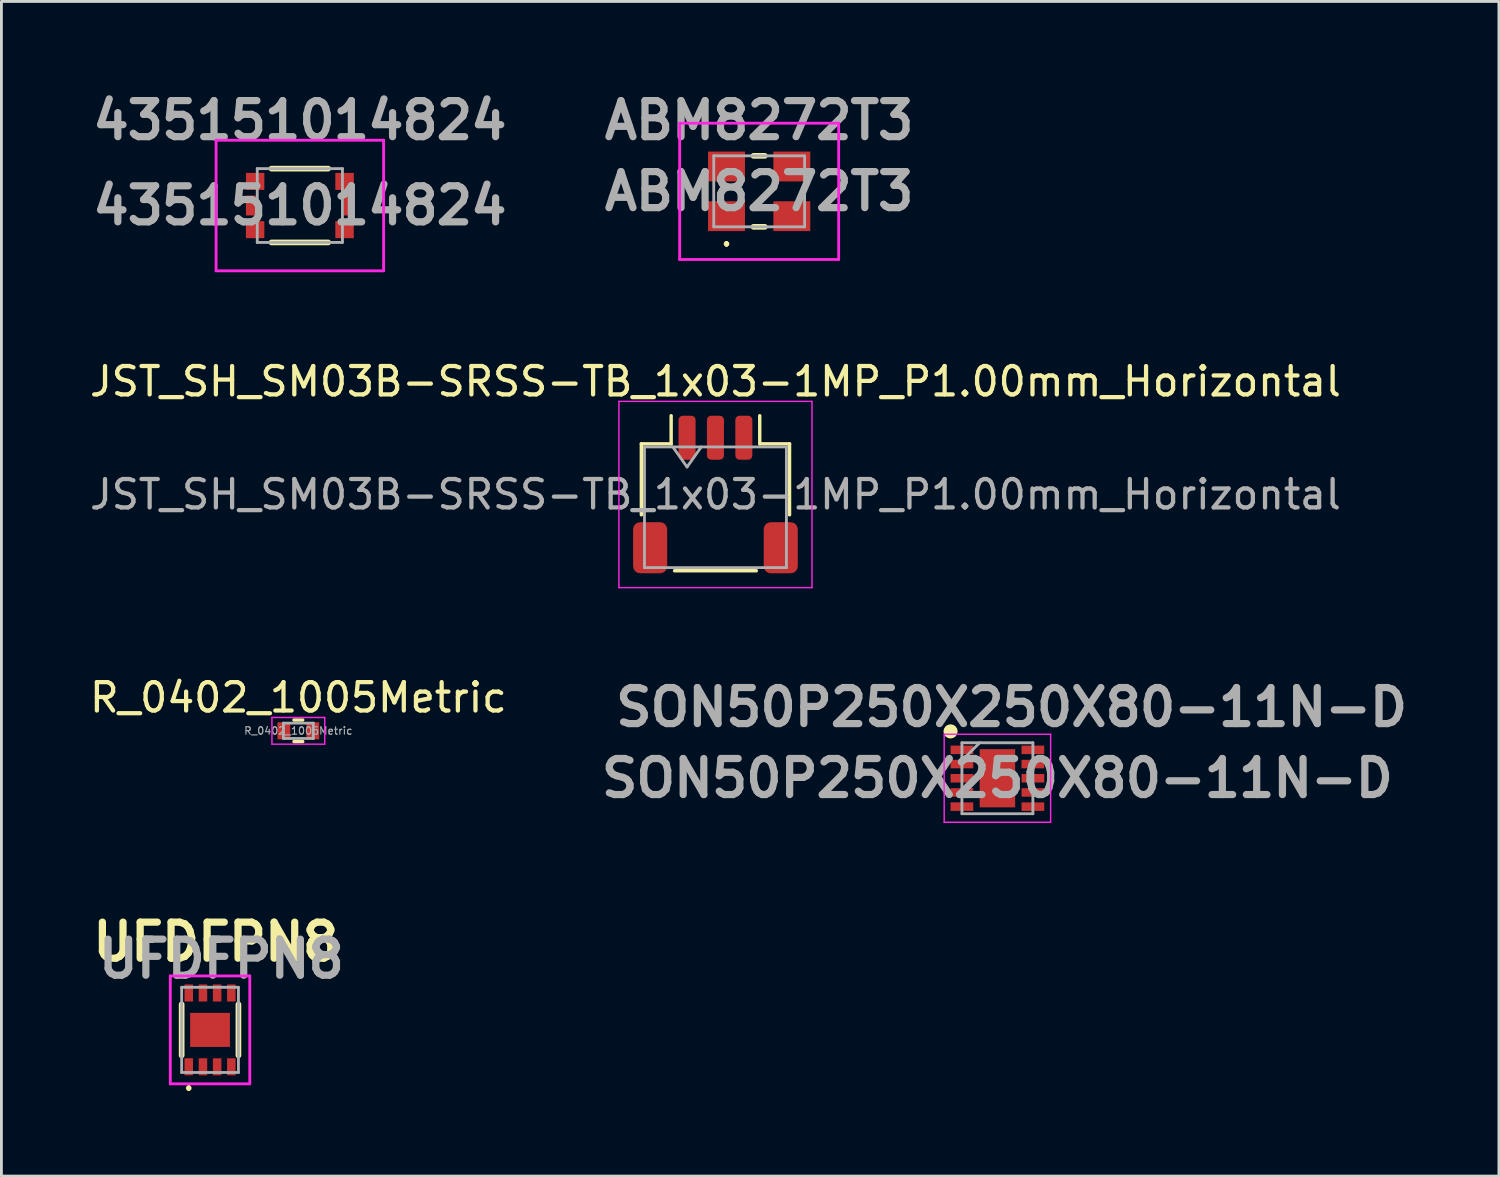
<source format=kicad_pcb>
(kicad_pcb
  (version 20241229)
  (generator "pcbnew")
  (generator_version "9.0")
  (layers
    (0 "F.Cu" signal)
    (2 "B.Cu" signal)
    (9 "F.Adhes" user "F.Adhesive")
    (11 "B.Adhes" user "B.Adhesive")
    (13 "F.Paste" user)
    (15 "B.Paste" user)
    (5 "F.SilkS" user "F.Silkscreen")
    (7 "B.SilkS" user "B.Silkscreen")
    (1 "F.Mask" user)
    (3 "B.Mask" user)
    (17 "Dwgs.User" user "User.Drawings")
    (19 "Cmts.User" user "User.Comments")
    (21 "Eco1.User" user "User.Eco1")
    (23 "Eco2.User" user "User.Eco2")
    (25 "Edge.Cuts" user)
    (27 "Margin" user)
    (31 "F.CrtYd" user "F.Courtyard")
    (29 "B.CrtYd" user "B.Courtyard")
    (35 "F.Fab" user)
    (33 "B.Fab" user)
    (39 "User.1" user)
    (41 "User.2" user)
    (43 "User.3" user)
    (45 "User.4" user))
  (footprint "435151014824"
    (layer "F.Cu")
    (at 7.511 4.189)
    (property "Reference" "435151014824" (at 0 -3 0) (layer "F.Fab") (effects (font (size 1.27 1.27) (thickness 0.254))))
    (attr smd)
    (fp_line (start -1 -1.3) (end 1 -1.3) (stroke (width 0.2) (type solid)) (layer "F.SilkS"))
    (fp_line (start -1 1.3) (end 1 1.3) (stroke (width 0.2) (type solid)) (layer "F.SilkS"))
    (fp_line (start -2.95 -2.3) (end 2.95 -2.3) (stroke (width 0.1) (type solid)) (layer "F.CrtYd"))
    (fp_line (start -2.95 2.3) (end -2.95 -2.3) (stroke (width 0.1) (type solid)) (layer "F.CrtYd"))
    (fp_line (start 2.95 -2.3) (end 2.95 2.3) (stroke (width 0.1) (type solid)) (layer "F.CrtYd"))
    (fp_line (start 2.95 2.3) (end -2.95 2.3) (stroke (width 0.1) (type solid)) (layer "F.CrtYd"))
    (fp_line (start -1.5 -1.3) (end 1.5 -1.3) (stroke (width 0.1) (type solid)) (layer "F.Fab"))
    (fp_line (start -1.5 1.3) (end -1.5 -1.3) (stroke (width 0.1) (type solid)) (layer "F.Fab"))
    (fp_line (start 1.5 -1.3) (end 1.5 1.3) (stroke (width 0.1) (type solid)) (layer "F.Fab"))
    (fp_line (start 1.5 1.3) (end -1.5 1.3) (stroke (width 0.1) (type solid)) (layer "F.Fab"))
    (fp_text user "${REFERENCE}" (at 0 0 0) (layer "F.Fab") (effects (font (size 1.27 1.27) (thickness 0.254))))
    (pad "1" smd rect (at -1.575 -0.85 90) (size 0.6 0.65) (layers "F.Cu" "F.Mask" "F.Paste"))
    (pad "1" smd rect (at 1.575 -0.85 90) (size 0.6 0.65) (layers "F.Cu" "F.Mask" "F.Paste"))
    (pad "2" smd rect (at -1.575 0.85 90) (size 0.6 0.65) (layers "F.Cu" "F.Mask" "F.Paste"))
    (pad "2" smd rect (at 1.575 0.85 90) (size 0.6 0.65) (layers "F.Cu" "F.Mask" "F.Paste"))
    (pad "3" smd rect (at -1.725 0) (size 0.35 0.7) (layers "F.Cu" "F.Mask" "F.Paste"))
    (pad "3" smd rect (at 1.725 0) (size 0.35 0.7) (layers "F.Cu" "F.Mask" "F.Paste")))
  (footprint "UFDFPN8"
    (layer "F.Cu")
    (at 4.348 33.224)
    (property "Reference" "UFDFPN8" (at 0.2 -3.1 0) (layer "F.SilkS") (effects (font (size 1.27 1.27) (thickness 0.254))))
    (attr smd)
    (fp_line (start -1 -0.9) (end -1 0.9) (stroke (width 0.2) (type solid)) (layer "F.SilkS"))
    (fp_line (start -0.75 2) (end -0.75 2) (stroke (width 0.1) (type solid)) (layer "F.SilkS"))
    (fp_line (start -0.75 2.1) (end -0.75 2.1) (stroke (width 0.1) (type solid)) (layer "F.SilkS"))
    (fp_line (start 1 -0.9) (end 1 0.9) (stroke (width 0.2) (type solid)) (layer "F.SilkS"))
    (fp_arc (start -0.75 2) (mid -0.7 2.05) (end -0.75 2.1) (stroke (width 0.1) (type solid)) (layer "F.SilkS"))
    (fp_arc (start -0.75 2.1) (mid -0.8 2.05) (end -0.75 2) (stroke (width 0.1) (type solid)) (layer "F.SilkS"))
    (fp_line (start -1.4 -1.9) (end 1.4 -1.9) (stroke (width 0.1) (type solid)) (layer "F.CrtYd"))
    (fp_line (start -1.4 1.9) (end -1.4 -1.9) (stroke (width 0.1) (type solid)) (layer "F.CrtYd"))
    (fp_line (start 1.4 -1.9) (end 1.4 1.9) (stroke (width 0.1) (type solid)) (layer "F.CrtYd"))
    (fp_line (start 1.4 1.9) (end -1.4 1.9) (stroke (width 0.1) (type solid)) (layer "F.CrtYd"))
    (fp_line (start -1 -1.5) (end 1 -1.5) (stroke (width 0.1) (type solid)) (layer "F.Fab"))
    (fp_line (start -1 1.5) (end -1 -1.5) (stroke (width 0.1) (type solid)) (layer "F.Fab"))
    (fp_line (start 1 -1.5) (end 1 1.5) (stroke (width 0.1) (type solid)) (layer "F.Fab"))
    (fp_line (start 1 1.5) (end -1 1.5) (stroke (width 0.1) (type solid)) (layer "F.Fab"))
    (fp_text user "${REFERENCE}" (at 0.4 -2.5 0) (layer "F.Fab") (effects (font (size 1.27 1.27) (thickness 0.254))))
    (pad "1" smd rect (at -0.75 1.3) (size 0.3 0.6) (layers "F.Cu" "F.Mask" "F.Paste"))
    (pad "2" smd rect (at -0.25 1.3) (size 0.3 0.6) (layers "F.Cu" "F.Mask" "F.Paste"))
    (pad "3" smd rect (at 0.25 1.3) (size 0.3 0.6) (layers "F.Cu" "F.Mask" "F.Paste"))
    (pad "4" smd rect (at 0.75 1.3) (size 0.3 0.6) (layers "F.Cu" "F.Mask" "F.Paste"))
    (pad "5" smd rect (at 0.75 -1.3) (size 0.3 0.6) (layers "F.Cu" "F.Mask" "F.Paste"))
    (pad "6" smd rect (at 0.25 -1.3) (size 0.3 0.6) (layers "F.Cu" "F.Mask" "F.Paste"))
    (pad "7" smd rect (at -0.25 -1.3) (size 0.3 0.6) (layers "F.Cu" "F.Mask" "F.Paste"))
    (pad "8" smd rect (at -0.75 -1.3) (size 0.3 0.6) (layers "F.Cu" "F.Mask" "F.Paste"))
    (pad "9" smd rect (at 0 0 90) (size 1.2 1.4) (layers "F.Cu" "F.Mask" "F.Paste")))
  (footprint "JST_SH_SM03B-SRSS-TB_1x03-1MP_P1.00mm_Horizontal"
    (layer "F.Cu")
    (at 22.149 14.367)
    (property "Reference" "JST_SH_SM03B-SRSS-TB_1x03-1MP_P1.00mm_Horizontal" (at 0 -3.98 0) (layer "F.SilkS") (effects (font (size 1 1) (thickness 0.15))))
    (attr smd)
    (fp_line (start -2.61 -1.785) (end -1.56 -1.785) (stroke (width 0.12) (type solid)) (layer "F.SilkS"))
    (fp_line (start -2.61 0.715) (end -2.61 -1.785) (stroke (width 0.12) (type solid)) (layer "F.SilkS"))
    (fp_line (start -1.56 -1.785) (end -1.56 -2.775) (stroke (width 0.12) (type solid)) (layer "F.SilkS"))
    (fp_line (start -1.44 2.685) (end 1.44 2.685) (stroke (width 0.12) (type solid)) (layer "F.SilkS"))
    (fp_line (start 1.56 -1.785) (end 1.56 -2.775) (stroke (width 0.12) (type solid)) (layer "F.SilkS"))
    (fp_line (start 2.61 -1.785) (end 1.56 -1.785) (stroke (width 0.12) (type solid)) (layer "F.SilkS"))
    (fp_line (start 2.61 0.715) (end 2.61 -1.785) (stroke (width 0.12) (type solid)) (layer "F.SilkS"))
    (fp_line (start -3.4 -3.28) (end -3.4 3.28) (stroke (width 0.05) (type solid)) (layer "F.CrtYd"))
    (fp_line (start -3.4 3.28) (end 3.4 3.28) (stroke (width 0.05) (type solid)) (layer "F.CrtYd"))
    (fp_line (start 3.4 -3.28) (end -3.4 -3.28) (stroke (width 0.05) (type solid)) (layer "F.CrtYd"))
    (fp_line (start 3.4 3.28) (end 3.4 -3.28) (stroke (width 0.05) (type solid)) (layer "F.CrtYd"))
    (fp_line (start -2.5 -1.675) (end -2.5 2.575) (stroke (width 0.1) (type solid)) (layer "F.Fab"))
    (fp_line (start -2.5 -1.675) (end 2.5 -1.675) (stroke (width 0.1) (type solid)) (layer "F.Fab"))
    (fp_line (start -2.5 2.575) (end 2.5 2.575) (stroke (width 0.1) (type solid)) (layer "F.Fab"))
    (fp_line (start -1.5 -1.675) (end -1 -0.968) (stroke (width 0.1) (type solid)) (layer "F.Fab"))
    (fp_line (start -1 -0.968) (end -0.5 -1.675) (stroke (width 0.1) (type solid)) (layer "F.Fab"))
    (fp_line (start 2.5 -1.675) (end 2.5 2.575) (stroke (width 0.1) (type solid)) (layer "F.Fab"))
    (fp_text user "${REFERENCE}" (at 0 0 0) (layer "F.Fab") (effects (font (size 1 1) (thickness 0.15))))
    (pad "1" smd roundrect (at -1 -2) (size 0.6 1.55) (layers "F.Cu" "F.Mask" "F.Paste") (roundrect_rratio 0.25))
    (pad "2" smd roundrect (at 0 -2) (size 0.6 1.55) (layers "F.Cu" "F.Mask" "F.Paste") (roundrect_rratio 0.25))
    (pad "3" smd roundrect (at 1 -2) (size 0.6 1.55) (layers "F.Cu" "F.Mask" "F.Paste") (roundrect_rratio 0.25))
    (pad "MP" smd roundrect (at -2.3 1.875) (size 1.2 1.8) (layers "F.Cu" "F.Mask" "F.Paste") (roundrect_rratio 0.208))
    (pad "MP" smd roundrect (at 2.3 1.875) (size 1.2 1.8) (layers "F.Cu" "F.Mask" "F.Paste") (roundrect_rratio 0.208)))
  (footprint "R_0402_1005Metric"
    (layer "F.Cu")
    (at 7.458 22.69)
    (property "Reference" "R_0402_1005Metric" (at 0 -1.17 0) (layer "F.SilkS") (effects (font (size 1 1) (thickness 0.15))))
    (attr smd)
    (fp_line (start -0.154 -0.38) (end 0.154 -0.38) (stroke (width 0.12) (type solid)) (layer "F.SilkS"))
    (fp_line (start -0.154 0.38) (end 0.154 0.38) (stroke (width 0.12) (type solid)) (layer "F.SilkS"))
    (fp_line (start -0.93 -0.47) (end 0.93 -0.47) (stroke (width 0.05) (type solid)) (layer "F.CrtYd"))
    (fp_line (start -0.93 0.47) (end -0.93 -0.47) (stroke (width 0.05) (type solid)) (layer "F.CrtYd"))
    (fp_line (start 0.93 -0.47) (end 0.93 0.47) (stroke (width 0.05) (type solid)) (layer "F.CrtYd"))
    (fp_line (start 0.93 0.47) (end -0.93 0.47) (stroke (width 0.05) (type solid)) (layer "F.CrtYd"))
    (fp_line (start -0.525 -0.27) (end 0.525 -0.27) (stroke (width 0.1) (type solid)) (layer "F.Fab"))
    (fp_line (start -0.525 0.27) (end -0.525 -0.27) (stroke (width 0.1) (type solid)) (layer "F.Fab"))
    (fp_line (start 0.525 -0.27) (end 0.525 0.27) (stroke (width 0.1) (type solid)) (layer "F.Fab"))
    (fp_line (start 0.525 0.27) (end -0.525 0.27) (stroke (width 0.1) (type solid)) (layer "F.Fab"))
    (fp_text user "${REFERENCE}" (at 0 0 0) (layer "F.Fab") (effects (font (size 0.26 0.26) (thickness 0.04))))
    (pad "1" smd rect (at -0.51 0) (size 0.45 0.6) (layers "F.Cu" "F.Mask" "F.Paste"))
    (pad "2" smd rect (at 0.51 0) (size 0.45 0.6) (layers "F.Cu" "F.Mask" "F.Paste")))
  (footprint "SON50P250X250X80-11N-D"
    (layer "F.Cu")
    (at 32.08 24.361)
    (property "Reference" "SON50P250X250X80-11N-D" (at 0.5 -2.5 0) (layer "F.Fab") (effects (font (size 1.27 1.27) (thickness 0.254))))
    (attr smd)
    (fp_circle (center -1.65 -1.65) (end -1.65 -1.525) (stroke (width 0.25) (type solid)) (fill no) (layer "F.SilkS"))
    (fp_line (start -1.875 -1.55) (end 1.875 -1.55) (stroke (width 0.05) (type solid)) (layer "F.CrtYd"))
    (fp_line (start -1.875 1.55) (end -1.875 -1.55) (stroke (width 0.05) (type solid)) (layer "F.CrtYd"))
    (fp_line (start 1.875 -1.55) (end 1.875 1.55) (stroke (width 0.05) (type solid)) (layer "F.CrtYd"))
    (fp_line (start 1.875 1.55) (end -1.875 1.55) (stroke (width 0.05) (type solid)) (layer "F.CrtYd"))
    (fp_line (start -1.25 -1.25) (end 1.25 -1.25) (stroke (width 0.1) (type solid)) (layer "F.Fab"))
    (fp_line (start -1.25 -0.625) (end -0.625 -1.25) (stroke (width 0.1) (type solid)) (layer "F.Fab"))
    (fp_line (start -1.25 1.25) (end -1.25 -1.25) (stroke (width 0.1) (type solid)) (layer "F.Fab"))
    (fp_line (start 1.25 -1.25) (end 1.25 1.25) (stroke (width 0.1) (type solid)) (layer "F.Fab"))
    (fp_line (start 1.25 1.25) (end -1.25 1.25) (stroke (width 0.1) (type solid)) (layer "F.Fab"))
    (fp_text user "${REFERENCE}" (at 0 0 0) (layer "F.Fab") (effects (font (size 1.27 1.27) (thickness 0.254))))
    (pad "1" smd rect (at -1.25 -1 90) (size 0.3 0.8) (layers "F.Cu" "F.Mask" "F.Paste"))
    (pad "2" smd rect (at -1.25 -0.5 90) (size 0.3 0.8) (layers "F.Cu" "F.Mask" "F.Paste"))
    (pad "3" smd rect (at -1.25 0 90) (size 0.3 0.8) (layers "F.Cu" "F.Mask" "F.Paste"))
    (pad "4" smd rect (at -1.25 0.5 90) (size 0.3 0.8) (layers "F.Cu" "F.Mask" "F.Paste"))
    (pad "5" smd rect (at -1.25 1 90) (size 0.3 0.8) (layers "F.Cu" "F.Mask" "F.Paste"))
    (pad "6" smd rect (at 1.25 1 90) (size 0.3 0.8) (layers "F.Cu" "F.Mask" "F.Paste"))
    (pad "7" smd rect (at 1.25 0.5 90) (size 0.3 0.8) (layers "F.Cu" "F.Mask" "F.Paste"))
    (pad "8" smd rect (at 1.25 0 90) (size 0.3 0.8) (layers "F.Cu" "F.Mask" "F.Paste"))
    (pad "9" smd rect (at 1.25 -0.5 90) (size 0.3 0.8) (layers "F.Cu" "F.Mask" "F.Paste"))
    (pad "10" smd rect (at 1.25 -1 90) (size 0.3 0.8) (layers "F.Cu" "F.Mask" "F.Paste"))
    (pad "11" smd rect (at 0 0) (size 1.25 2.05) (layers "F.Cu" "F.Mask" "F.Paste")))
  (footprint "ABM8272T3"
    (layer "F.Cu")
    (at 23.689 3.689)
    (property "Reference" "ABM8272T3" (at 0 -2.5 0) (layer "F.Fab") (effects (font (size 1.27 1.27) (thickness 0.254))))
    (attr smd)
    (fp_line (start -1.15 1.8) (end -1.15 1.8) (stroke (width 0.1) (type solid)) (layer "F.SilkS"))
    (fp_line (start -1.15 1.9) (end -1.15 1.9) (stroke (width 0.1) (type solid)) (layer "F.SilkS"))
    (fp_line (start -0.2 -1.25) (end 0.2 -1.25) (stroke (width 0.2) (type solid)) (layer "F.SilkS"))
    (fp_line (start -0.2 1.25) (end 0.2 1.25) (stroke (width 0.2) (type solid)) (layer "F.SilkS"))
    (fp_arc (start -1.15 1.8) (mid -1.1 1.85) (end -1.15 1.9) (stroke (width 0.1) (type solid)) (layer "F.SilkS"))
    (fp_arc (start -1.15 1.9) (mid -1.2 1.85) (end -1.15 1.8) (stroke (width 0.1) (type solid)) (layer "F.SilkS"))
    (fp_line (start -2.8 -2.4) (end 2.8 -2.4) (stroke (width 0.1) (type solid)) (layer "F.CrtYd"))
    (fp_line (start -2.8 2.4) (end -2.8 -2.4) (stroke (width 0.1) (type solid)) (layer "F.CrtYd"))
    (fp_line (start 2.8 -2.4) (end 2.8 2.4) (stroke (width 0.1) (type solid)) (layer "F.CrtYd"))
    (fp_line (start 2.8 2.4) (end -2.8 2.4) (stroke (width 0.1) (type solid)) (layer "F.CrtYd"))
    (fp_line (start -1.6 -1.25) (end 1.6 -1.25) (stroke (width 0.1) (type solid)) (layer "F.Fab"))
    (fp_line (start -1.6 1.25) (end -1.6 -1.25) (stroke (width 0.1) (type solid)) (layer "F.Fab"))
    (fp_line (start 1.6 -1.25) (end 1.6 1.25) (stroke (width 0.1) (type solid)) (layer "F.Fab"))
    (fp_line (start 1.6 1.25) (end -1.6 1.25) (stroke (width 0.1) (type solid)) (layer "F.Fab"))
    (fp_text user "${REFERENCE}" (at 0 0 0) (layer "F.Fab") (effects (font (size 1.27 1.27) (thickness 0.254))))
    (pad "1" smd rect (at -1.15 0.875 90) (size 1.05 1.3) (layers "F.Cu" "F.Mask" "F.Paste"))
    (pad "2" smd rect (at 1.15 0.875 90) (size 1.05 1.3) (layers "F.Cu" "F.Mask" "F.Paste"))
    (pad "3" smd rect (at 1.15 -0.875 90) (size 1.05 1.3) (layers "F.Cu" "F.Mask" "F.Paste"))
    (pad "4" smd rect (at -1.15 -0.875 90) (size 1.05 1.3) (layers "F.Cu" "F.Mask" "F.Paste")))
  (gr_rect
    (start -3 -3)
    (end 49.744 38.374)
    (stroke (width 0.1) (type default))
    (fill no)
    (layer "Edge.Cuts")))
</source>
